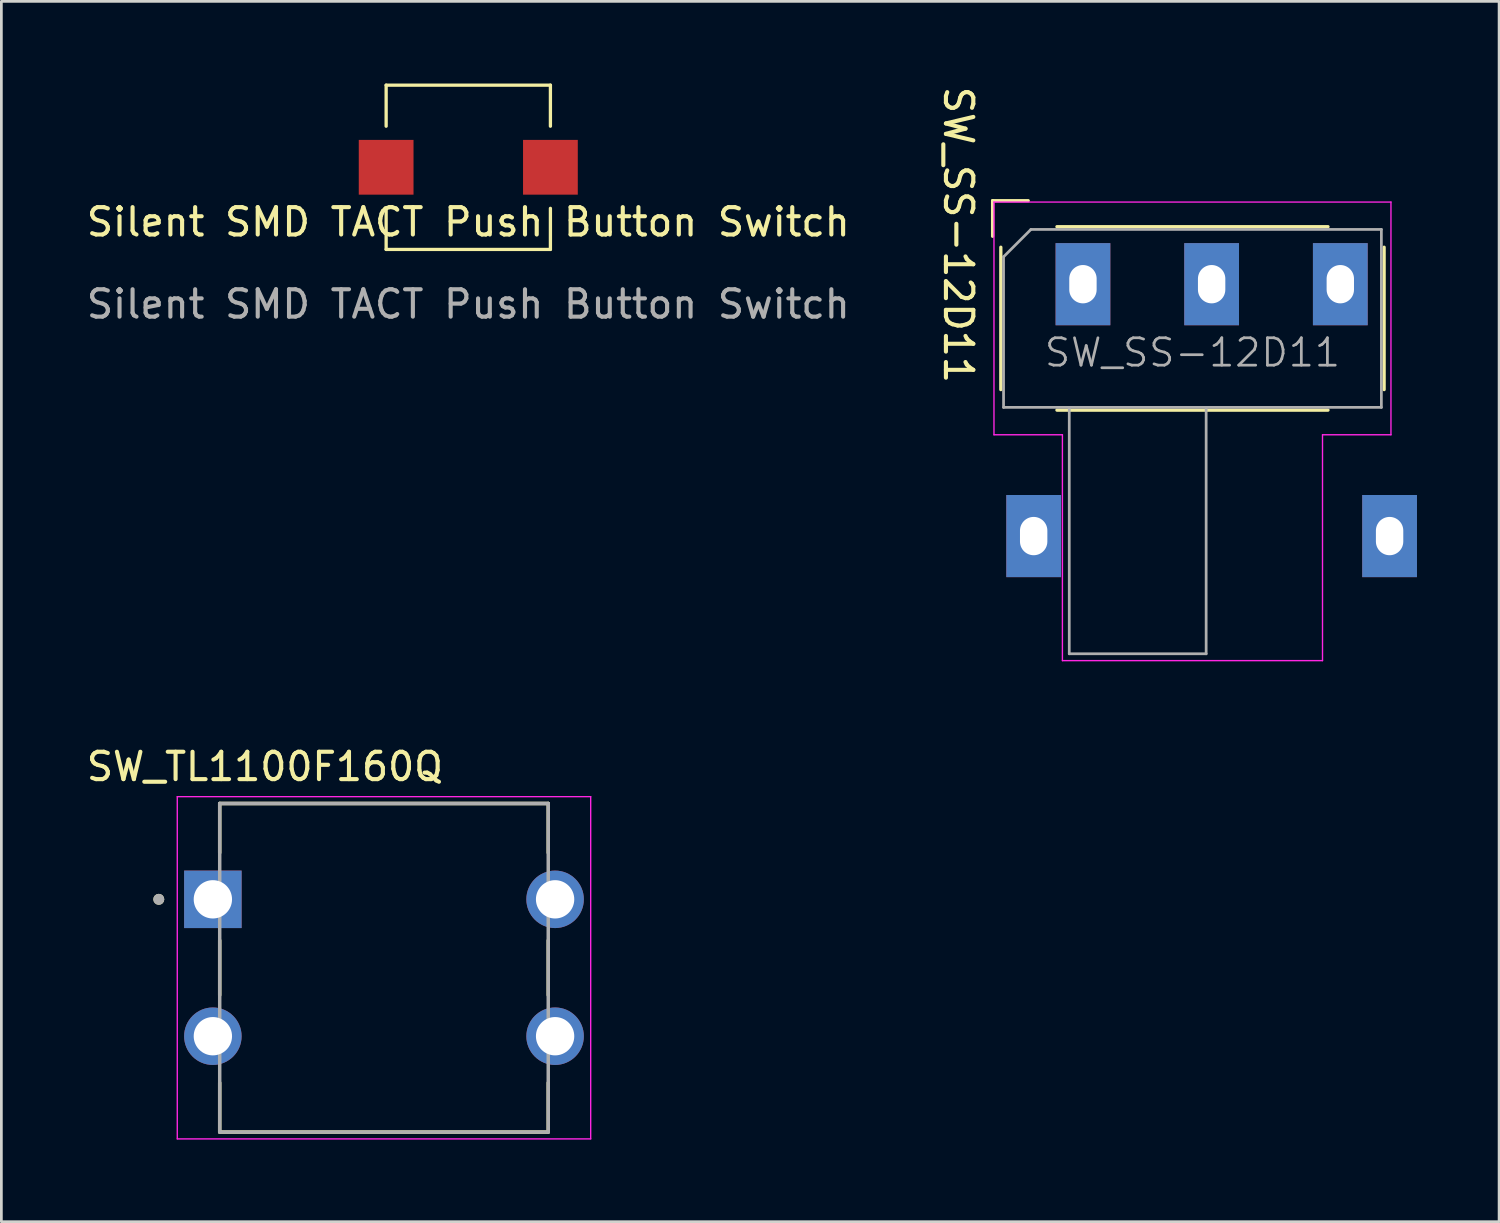
<source format=kicad_pcb>
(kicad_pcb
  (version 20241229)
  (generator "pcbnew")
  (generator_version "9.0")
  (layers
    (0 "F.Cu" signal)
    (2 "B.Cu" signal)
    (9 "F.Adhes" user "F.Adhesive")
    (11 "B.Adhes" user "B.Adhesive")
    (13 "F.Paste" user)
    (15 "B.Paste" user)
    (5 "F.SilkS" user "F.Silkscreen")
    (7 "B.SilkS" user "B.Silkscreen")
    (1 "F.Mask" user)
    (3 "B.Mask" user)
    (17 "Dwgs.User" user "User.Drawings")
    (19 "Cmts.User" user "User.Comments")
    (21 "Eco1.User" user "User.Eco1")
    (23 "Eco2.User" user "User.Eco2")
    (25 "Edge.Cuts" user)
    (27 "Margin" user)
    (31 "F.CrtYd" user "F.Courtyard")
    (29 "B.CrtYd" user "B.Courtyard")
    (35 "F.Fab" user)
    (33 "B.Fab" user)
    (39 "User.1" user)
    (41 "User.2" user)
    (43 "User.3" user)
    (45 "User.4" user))
  (footprint "Silent SMD TACT Push Button Switch"
    (layer "F.Cu")
    (at 14.054 3.06)
    (property "Reference" "Silent SMD TACT Push Button Switch" (at 0 2 0) (unlocked yes) (layer "F.SilkS") (effects (font (size 1 1) (thickness 0.15))))
    (attr smd)
    (fp_line (start -3 -3) (end -3 -1.5) (stroke (width 0.12) (type solid)) (layer "F.SilkS"))
    (fp_line (start -3 -3) (end 3 -3) (stroke (width 0.12) (type solid)) (layer "F.SilkS"))
    (fp_line (start -3 3) (end -3 1.5) (stroke (width 0.12) (type solid)) (layer "F.SilkS"))
    (fp_line (start 3 -3) (end 3 -1.5) (stroke (width 0.12) (type solid)) (layer "F.SilkS"))
    (fp_line (start 3 3) (end -3 3) (stroke (width 0.12) (type solid)) (layer "F.SilkS"))
    (fp_line (start 3 3) (end 3 1.5) (stroke (width 0.12) (type solid)) (layer "F.SilkS"))
    (fp_text user "${REFERENCE}" (at 0 5 0) (unlocked yes) (layer "F.Fab") (effects (font (size 1 1) (thickness 0.15))))
    (pad "1" smd rect (at -3 0) (size 2 2) (layers "F.Cu" "F.Mask" "F.Paste"))
    (pad "2" smd rect (at 3 0) (size 2 2) (layers "F.Cu" "F.Mask" "F.Paste")))
  (footprint "SW_SS-12D11"
    (layer "F.Cu")
    (at 36.505 7.33)
    (property "Reference" "SW_SS-12D11" (at -4.55 -1.8 270) (unlocked yes) (layer "F.SilkS") (effects (font (size 1 1) (thickness 0.15))))
    (attr through_hole)
    (fp_line (start -3.3 -3.05) (end -2 -3.05) (stroke (width 0.12) (type solid)) (layer "F.SilkS"))
    (fp_line (start -3.3 -1.75) (end -3.3 -3.05) (stroke (width 0.12) (type solid)) (layer "F.SilkS"))
    (fp_line (start -3 3.85) (end -3 -1.35) (stroke (width 0.12) (type solid)) (layer "F.SilkS"))
    (fp_line (start -0.95 -2.1) (end 8.95 -2.1) (stroke (width 0.12) (type solid)) (layer "F.SilkS"))
    (fp_line (start 8.95 4.6) (end -0.95 4.6) (stroke (width 0.12) (type solid)) (layer "F.SilkS"))
    (fp_line (start 11 -1.35) (end 11 3.85) (stroke (width 0.12) (type solid)) (layer "F.SilkS"))
    (fp_line (start -3.25 -3) (end 11.25 -3) (stroke (width 0.05) (type solid)) (layer "F.CrtYd"))
    (fp_line (start -3.25 5.5) (end -3.25 -3) (stroke (width 0.05) (type solid)) (layer "F.CrtYd"))
    (fp_line (start -0.75 5.5) (end -3.25 5.5) (stroke (width 0.05) (type solid)) (layer "F.CrtYd"))
    (fp_line (start -0.75 13.75) (end -0.75 5.5) (stroke (width 0.05) (type solid)) (layer "F.CrtYd"))
    (fp_line (start 8.75 5.5) (end 8.75 13.75) (stroke (width 0.05) (type solid)) (layer "F.CrtYd"))
    (fp_line (start 8.75 13.75) (end -0.75 13.75) (stroke (width 0.05) (type solid)) (layer "F.CrtYd"))
    (fp_line (start 11.25 -3) (end 11.25 5.5) (stroke (width 0.05) (type solid)) (layer "F.CrtYd"))
    (fp_line (start 11.25 5.5) (end 8.75 5.5) (stroke (width 0.05) (type solid)) (layer "F.CrtYd"))
    (fp_line (start -2.9 4.5) (end -2.9 -1) (stroke (width 0.1) (type solid)) (layer "F.Fab"))
    (fp_line (start -1.9 -2) (end -2.9 -1) (stroke (width 0.1) (type solid)) (layer "F.Fab"))
    (fp_line (start -1.9 -2) (end 10.9 -2) (stroke (width 0.1) (type solid)) (layer "F.Fab"))
    (fp_line (start -0.5 13.5) (end -0.5 4.5) (stroke (width 0.1) (type solid)) (layer "F.Fab"))
    (fp_line (start 4.5 4.5) (end 4.5 13.5) (stroke (width 0.1) (type solid)) (layer "F.Fab"))
    (fp_line (start 4.5 13.5) (end -0.5 13.5) (stroke (width 0.1) (type solid)) (layer "F.Fab"))
    (fp_line (start 10.9 -2) (end 10.9 4.5) (stroke (width 0.1) (type solid)) (layer "F.Fab"))
    (fp_line (start 10.9 4.5) (end -2.9 4.5) (stroke (width 0.1) (type solid)) (layer "F.Fab"))
    (fp_text user "${REFERENCE}" (at 4 2.5 0) (layer "F.Fab") (effects (font (size 1 1) (thickness 0.1))))
    (pad "" thru_hole rect (at -1.8 9.2) (size 2 3) (drill oval 1 1.4) (layers "*.Cu" "*.Mask"))
    (pad "" thru_hole rect (at 11.2 9.2) (size 2 3) (drill oval 1 1.4) (layers "*.Cu" "*.Mask"))
    (pad "1" thru_hole rect (at 0 0) (size 2 3) (drill oval 1 1.4) (layers "*.Cu" "*.Mask"))
    (pad "2" thru_hole rect (at 4.7 0) (size 2 3) (drill oval 1 1.4) (layers "*.Cu" "*.Mask"))
    (pad "3" thru_hole rect (at 9.4 0) (size 2 3) (drill oval 1 1.4) (layers "*.Cu" "*.Mask")))
  (footprint "SW_TL1100F160Q"
    (layer "F.Cu")
    (at 10.975 32.298)
    (property "Reference" "SW_TL1100F160Q" (at -4.35 -7.345 0) (layer "F.SilkS") (effects (font (size 1 1) (thickness 0.15))))
    (attr through_hole)
    (fp_line (start -6 -6) (end -6 -4.2) (stroke (width 0.127) (type solid)) (layer "F.SilkS"))
    (fp_line (start -6 -6) (end 6 -6) (stroke (width 0.127) (type solid)) (layer "F.SilkS"))
    (fp_line (start -6 1) (end -6 -1) (stroke (width 0.127) (type solid)) (layer "F.SilkS"))
    (fp_line (start -6 6) (end -6 4.2) (stroke (width 0.127) (type solid)) (layer "F.SilkS"))
    (fp_line (start 6 -6) (end 6 -4.2) (stroke (width 0.127) (type solid)) (layer "F.SilkS"))
    (fp_line (start 6 1) (end 6 -1) (stroke (width 0.127) (type solid)) (layer "F.SilkS"))
    (fp_line (start 6 4.2) (end 6 6) (stroke (width 0.127) (type solid)) (layer "F.SilkS"))
    (fp_line (start 6 6) (end -6 6) (stroke (width 0.127) (type solid)) (layer "F.SilkS"))
    (fp_circle (center -8.225 -2.5) (end -8.125 -2.5) (stroke (width 0.2) (type solid)) (fill no) (layer "F.SilkS"))
    (fp_line (start -7.55 -6.25) (end 7.55 -6.25) (stroke (width 0.05) (type solid)) (layer "F.CrtYd"))
    (fp_line (start -7.55 6.25) (end -7.55 -6.25) (stroke (width 0.05) (type solid)) (layer "F.CrtYd"))
    (fp_line (start 7.55 -6.25) (end 7.55 6.25) (stroke (width 0.05) (type solid)) (layer "F.CrtYd"))
    (fp_line (start 7.55 6.25) (end -7.55 6.25) (stroke (width 0.05) (type solid)) (layer "F.CrtYd"))
    (fp_line (start -6 -6) (end 6 -6) (stroke (width 0.127) (type solid)) (layer "F.Fab"))
    (fp_line (start -6 6) (end -6 -6) (stroke (width 0.127) (type solid)) (layer "F.Fab"))
    (fp_line (start 6 -6) (end 6 6) (stroke (width 0.127) (type solid)) (layer "F.Fab"))
    (fp_line (start 6 6) (end -6 6) (stroke (width 0.127) (type solid)) (layer "F.Fab"))
    (fp_circle (center -8.225 -2.5) (end -8.125 -2.5) (stroke (width 0.2) (type solid)) (fill no) (layer "F.Fab"))
    (pad "1" thru_hole rect (at -6.25 -2.5) (size 2.1 2.1) (drill 1.4) (layers "*.Cu" "*.Mask"))
    (pad "2" thru_hole circle (at 6.25 -2.5) (size 2.1 2.1) (drill 1.4) (layers "*.Cu" "*.Mask"))
    (pad "3" thru_hole circle (at -6.25 2.5) (size 2.1 2.1) (drill 1.4) (layers "*.Cu" "*.Mask"))
    (pad "4" thru_hole circle (at 6.25 2.5) (size 2.1 2.1) (drill 1.4) (layers "*.Cu" "*.Mask")))
  (gr_rect
    (start -3 -3)
    (end 51.705 41.573)
    (stroke (width 0.1) (type default))
    (fill no)
    (layer "Edge.Cuts")))
</source>
